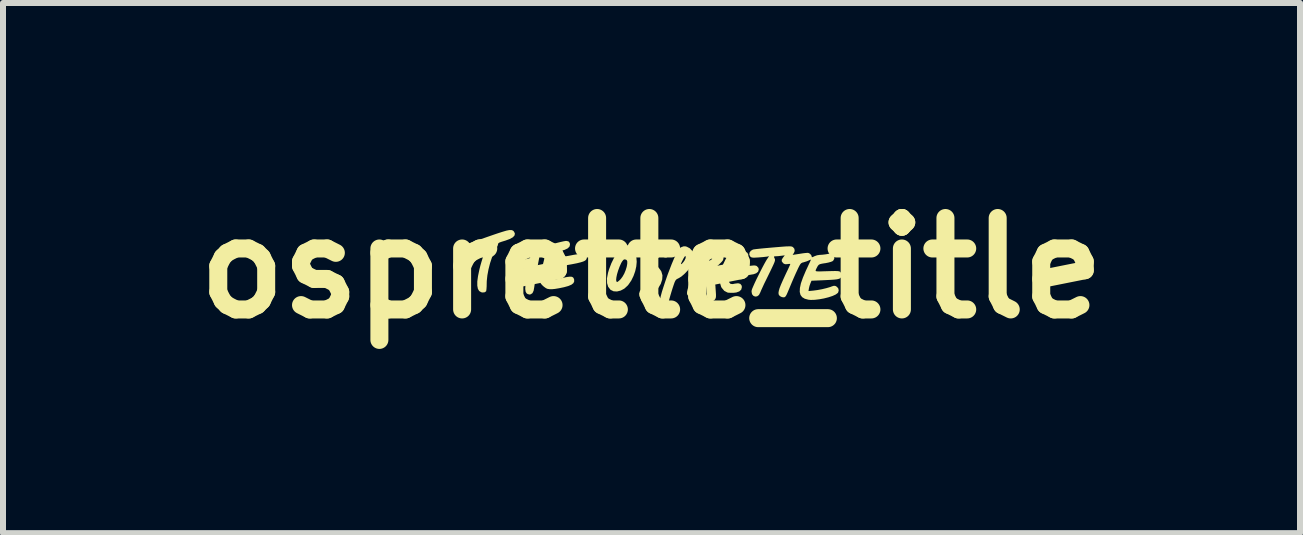
<source format=kicad_pcb>
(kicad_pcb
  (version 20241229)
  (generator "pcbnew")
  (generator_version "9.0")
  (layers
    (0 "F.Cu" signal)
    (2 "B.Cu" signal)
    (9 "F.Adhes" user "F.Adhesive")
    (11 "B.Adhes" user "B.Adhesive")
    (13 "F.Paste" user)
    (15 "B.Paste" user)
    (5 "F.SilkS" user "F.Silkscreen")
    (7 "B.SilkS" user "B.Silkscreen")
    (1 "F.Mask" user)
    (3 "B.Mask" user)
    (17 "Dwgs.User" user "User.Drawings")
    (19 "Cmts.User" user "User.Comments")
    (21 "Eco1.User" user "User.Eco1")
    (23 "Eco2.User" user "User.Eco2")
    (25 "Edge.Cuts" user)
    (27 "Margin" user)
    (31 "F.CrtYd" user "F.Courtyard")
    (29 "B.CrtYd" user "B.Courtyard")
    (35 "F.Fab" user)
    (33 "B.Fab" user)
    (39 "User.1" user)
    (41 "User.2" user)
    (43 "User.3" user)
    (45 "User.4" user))
  (footprint "osprette_title"
    (layer "F.Cu")
    (at 7.809 1.418)
    (property "Reference" "osprette_title" (at 0 0 0) (layer "F.SilkS") (effects (font (size 1.524 1.524) (thickness 0.3))))
    (attr board_only exclude_from_pos_files exclude_from_bom)
    (fp_poly (pts (xy -0.349 -0.373) (xy -0.325 -0.353) (xy -0.318 -0.317) (xy -0.311 -0.286) (xy -0.298 -0.268) (xy -0.268 -0.228) (xy -0.252 -0.172) (xy -0.247 -0.104) (xy -0.254 -0.028) (xy -0.272 0.052) (xy -0.3 0.131) (xy -0.337 0.207) (xy -0.383 0.274) (xy -0.399 0.293) (xy -0.454 0.343) (xy -0.514 0.375) (xy -0.575 0.39) (xy -0.632 0.387) (xy -0.68 0.364) (xy -0.684 0.361) (xy -0.722 0.313) (xy -0.741 0.251) (xy -0.742 0.197) (xy -0.59 0.197) (xy -0.585 0.224) (xy -0.573 0.233) (xy -0.558 0.224) (xy -0.533 0.203) (xy -0.512 0.182) (xy -0.482 0.141) (xy -0.454 0.091) (xy -0.431 0.035) (xy -0.414 -0.02) (xy -0.405 -0.07) (xy -0.404 -0.109) (xy -0.414 -0.133) (xy -0.417 -0.136) (xy -0.445 -0.146) (xy -0.468 -0.138) (xy -0.491 -0.109) (xy -0.506 -0.083) (xy -0.534 -0.02) (xy -0.557 0.043) (xy -0.575 0.103) (xy -0.586 0.156) (xy -0.59 0.197) (xy -0.742 0.197) (xy -0.743 0.172) (xy -0.725 0.078) (xy -0.709 0.024) (xy -0.67 -0.079) (xy -0.625 -0.171) (xy -0.575 -0.249) (xy -0.522 -0.311) (xy -0.469 -0.354) (xy -0.416 -0.377) (xy -0.391 -0.379)) (stroke (width 0) (type solid)) (fill yes) (layer "F.SilkS"))
    (fp_poly (pts (xy 0.281 -0.37) (xy 0.313 -0.345) (xy 0.328 -0.307) (xy 0.323 -0.261) (xy 0.306 -0.224) (xy 0.276 -0.19) (xy 0.242 -0.175) (xy 0.208 -0.181) (xy 0.196 -0.19) (xy 0.179 -0.202) (xy 0.164 -0.203) (xy 0.14 -0.19) (xy 0.132 -0.186) (xy 0.096 -0.16) (xy 0.063 -0.131) (xy 0.062 -0.129) (xy 0.032 -0.097) (xy 0.088 -0.04) (xy 0.121 -0.003) (xy 0.149 0.034) (xy 0.164 0.058) (xy 0.182 0.12) (xy 0.178 0.189) (xy 0.154 0.263) (xy 0.109 0.338) (xy 0.07 0.386) (xy 0.007 0.449) (xy -0.051 0.493) (xy -0.103 0.517) (xy -0.147 0.521) (xy -0.181 0.504) (xy -0.182 0.503) (xy -0.203 0.468) (xy -0.207 0.426) (xy -0.195 0.386) (xy -0.172 0.352) (xy -0.138 0.333) (xy -0.119 0.331) (xy -0.088 0.32) (xy -0.053 0.292) (xy -0.021 0.253) (xy 0.006 0.209) (xy 0.022 0.165) (xy 0.024 0.145) (xy 0.02 0.118) (xy 0.006 0.091) (xy -0.024 0.056) (xy -0.038 0.042) (xy -0.084 -0.016) (xy -0.108 -0.072) (xy -0.108 -0.128) (xy -0.098 -0.159) (xy -0.071 -0.202) (xy -0.026 -0.247) (xy 0.03 -0.291) (xy 0.092 -0.33) (xy 0.153 -0.36) (xy 0.208 -0.377) (xy 0.232 -0.379)) (stroke (width 0) (type solid)) (fill yes) (layer "F.SilkS"))
    (fp_poly (pts (xy 0.588 -0.356) (xy 0.639 -0.329) (xy 0.68 -0.285) (xy 0.707 -0.23) (xy 0.717 -0.17) (xy 0.712 -0.129) (xy 0.69 -0.079) (xy 0.653 -0.021) (xy 0.605 0.038) (xy 0.552 0.094) (xy 0.499 0.14) (xy 0.451 0.169) (xy 0.448 0.171) (xy 0.427 0.181) (xy 0.411 0.192) (xy 0.398 0.209) (xy 0.385 0.236) (xy 0.37 0.278) (xy 0.352 0.332) (xy 0.332 0.396) (xy 0.313 0.46) (xy 0.297 0.516) (xy 0.289 0.548) (xy 0.277 0.592) (xy 0.265 0.626) (xy 0.256 0.643) (xy 0.23 0.658) (xy 0.195 0.659) (xy 0.163 0.646) (xy 0.155 0.639) (xy 0.141 0.61) (xy 0.135 0.57) (xy 0.135 0.568) (xy 0.14 0.529) (xy 0.153 0.47) (xy 0.173 0.396) (xy 0.2 0.311) (xy 0.231 0.217) (xy 0.265 0.119) (xy 0.303 0.019) (xy 0.337 -0.069) (xy 0.49 -0.069) (xy 0.496 -0.065) (xy 0.511 -0.077) (xy 0.531 -0.1) (xy 0.552 -0.13) (xy 0.568 -0.165) (xy 0.57 -0.192) (xy 0.569 -0.193) (xy 0.562 -0.2) (xy 0.551 -0.19) (xy 0.533 -0.161) (xy 0.526 -0.147) (xy 0.507 -0.11) (xy 0.494 -0.081) (xy 0.49 -0.069) (xy 0.337 -0.069) (xy 0.341 -0.078) (xy 0.379 -0.169) (xy 0.409 -0.234) (xy 0.433 -0.283) (xy 0.454 -0.316) (xy 0.475 -0.336) (xy 0.497 -0.349) (xy 0.533 -0.362) (xy 0.565 -0.362)) (stroke (width 0) (type solid)) (fill yes) (layer "F.SilkS"))
    (fp_poly (pts (xy -2.31 -0.625) (xy -2.297 -0.614) (xy -2.278 -0.58) (xy -2.282 -0.546) (xy -2.31 -0.514) (xy -2.362 -0.485) (xy -2.435 -0.458) (xy -2.452 -0.453) (xy -2.504 -0.437) (xy -2.536 -0.425) (xy -2.552 -0.414) (xy -2.558 -0.402) (xy -2.558 -0.398) (xy -2.565 -0.372) (xy -2.582 -0.339) (xy -2.587 -0.33) (xy -2.624 -0.263) (xy -2.659 -0.179) (xy -2.691 -0.082) (xy -2.717 0.02) (xy -2.736 0.122) (xy -2.746 0.216) (xy -2.747 0.251) (xy -2.748 0.304) (xy -2.751 0.349) (xy -2.755 0.379) (xy -2.757 0.387) (xy -2.782 0.404) (xy -2.819 0.407) (xy -2.84 0.402) (xy -2.873 0.382) (xy -2.894 0.346) (xy -2.904 0.293) (xy -2.904 0.223) (xy -2.892 0.134) (xy -2.869 0.024) (xy -2.852 -0.043) (xy -2.833 -0.109) (xy -2.812 -0.177) (xy -2.791 -0.238) (xy -2.78 -0.266) (xy -2.764 -0.308) (xy -2.754 -0.339) (xy -2.751 -0.354) (xy -2.752 -0.355) (xy -2.766 -0.351) (xy -2.799 -0.34) (xy -2.847 -0.324) (xy -2.906 -0.304) (xy -2.956 -0.287) (xy -3.039 -0.259) (xy -3.102 -0.241) (xy -3.149 -0.23) (xy -3.182 -0.228) (xy -3.205 -0.235) (xy -3.221 -0.249) (xy -3.23 -0.264) (xy -3.236 -0.303) (xy -3.219 -0.337) (xy -3.196 -0.354) (xy -3.177 -0.362) (xy -3.139 -0.377) (xy -3.085 -0.396) (xy -3.019 -0.42) (xy -2.943 -0.447) (xy -2.863 -0.476) (xy -2.781 -0.504) (xy -2.701 -0.532) (xy -2.626 -0.558) (xy -2.561 -0.58) (xy -2.508 -0.597) (xy -2.486 -0.604) (xy -2.419 -0.624) (xy -2.369 -0.634) (xy -2.335 -0.634)) (stroke (width 0) (type solid)) (fill yes) (layer "F.SilkS"))
    (fp_poly (pts (xy 1.569 -0.27) (xy 1.598 -0.253) (xy 1.612 -0.224) (xy 1.614 -0.216) (xy 1.609 -0.178) (xy 1.586 -0.151) (xy 1.541 -0.134) (xy 1.507 -0.129) (xy 1.439 -0.117) (xy 1.391 -0.097) (xy 1.357 -0.068) (xy 1.341 -0.044) (xy 1.328 -0.016) (xy 1.323 0.003) (xy 1.323 0.005) (xy 1.336 0.005) (xy 1.37 0.001) (xy 1.419 -0.005) (xy 1.48 -0.013) (xy 1.528 -0.02) (xy 1.602 -0.032) (xy 1.657 -0.039) (xy 1.695 -0.043) (xy 1.721 -0.043) (xy 1.738 -0.04) (xy 1.752 -0.035) (xy 1.757 -0.031) (xy 1.782 -0.003) (xy 1.787 0.024) (xy 1.776 0.061) (xy 1.743 0.087) (xy 1.699 0.103) (xy 1.678 0.106) (xy 1.638 0.113) (xy 1.586 0.12) (xy 1.526 0.129) (xy 1.463 0.138) (xy 1.403 0.146) (xy 1.352 0.152) (xy 1.314 0.157) (xy 1.294 0.159) (xy 1.294 0.159) (xy 1.288 0.17) (xy 1.287 0.196) (xy 1.288 0.204) (xy 1.297 0.243) (xy 1.317 0.263) (xy 1.353 0.267) (xy 1.39 0.259) (xy 1.443 0.253) (xy 1.48 0.263) (xy 1.501 0.29) (xy 1.506 0.316) (xy 1.495 0.359) (xy 1.463 0.389) (xy 1.412 0.407) (xy 1.368 0.412) (xy 1.323 0.412) (xy 1.286 0.411) (xy 1.267 0.408) (xy 1.213 0.38) (xy 1.171 0.331) (xy 1.161 0.314) (xy 1.144 0.258) (xy 1.139 0.187) (xy 1.147 0.106) (xy 1.166 0.021) (xy 1.194 -0.064) (xy 1.232 -0.143) (xy 1.248 -0.171) (xy 1.27 -0.202) (xy 1.293 -0.225) (xy 1.322 -0.241) (xy 1.362 -0.253) (xy 1.419 -0.263) (xy 1.454 -0.269) (xy 1.522 -0.275)) (stroke (width 0) (type solid)) (fill yes) (layer "F.SilkS"))
    (fp_poly (pts (xy -2.2 -0.391) (xy -2.186 -0.376) (xy -2.177 -0.36) (xy -2.174 -0.341) (xy -2.175 -0.313) (xy -2.182 -0.269) (xy -2.187 -0.241) (xy -2.195 -0.193) (xy -2.2 -0.154) (xy -2.201 -0.131) (xy -2.2 -0.127) (xy -2.186 -0.127) (xy -2.155 -0.133) (xy -2.113 -0.143) (xy -2.11 -0.144) (xy -2.026 -0.167) (xy -2.004 -0.258) (xy -1.99 -0.305) (xy -1.976 -0.344) (xy -1.963 -0.369) (xy -1.962 -0.37) (xy -1.931 -0.388) (xy -1.893 -0.389) (xy -1.859 -0.372) (xy -1.854 -0.367) (xy -1.841 -0.347) (xy -1.839 -0.324) (xy -1.846 -0.297) (xy -1.853 -0.266) (xy -1.864 -0.216) (xy -1.876 -0.151) (xy -1.89 -0.076) (xy -1.905 0.005) (xy -1.919 0.086) (xy -1.932 0.162) (xy -1.942 0.23) (xy -1.95 0.285) (xy -1.954 0.314) (xy -1.965 0.376) (xy -1.984 0.417) (xy -2.013 0.437) (xy -2.036 0.441) (xy -2.067 0.432) (xy -2.085 0.418) (xy -2.099 0.391) (xy -2.105 0.347) (xy -2.102 0.285) (xy -2.091 0.203) (xy -2.08 0.143) (xy -2.071 0.089) (xy -2.064 0.044) (xy -2.06 0.014) (xy -2.061 0.004) (xy -2.075 0.003) (xy -2.105 0.007) (xy -2.143 0.014) (xy -2.182 0.022) (xy -2.213 0.03) (xy -2.226 0.036) (xy -2.235 0.051) (xy -2.245 0.085) (xy -2.255 0.131) (xy -2.26 0.16) (xy -2.27 0.214) (xy -2.282 0.261) (xy -2.292 0.294) (xy -2.297 0.303) (xy -2.323 0.325) (xy -2.358 0.33) (xy -2.392 0.318) (xy -2.403 0.308) (xy -2.416 0.287) (xy -2.422 0.258) (xy -2.421 0.216) (xy -2.412 0.158) (xy -2.399 0.095) (xy -2.387 0.037) (xy -2.373 -0.036) (xy -2.358 -0.113) (xy -2.345 -0.182) (xy -2.332 -0.245) (xy -2.319 -0.301) (xy -2.307 -0.345) (xy -2.297 -0.372) (xy -2.295 -0.375) (xy -2.267 -0.399) (xy -2.233 -0.404)) (stroke (width 0) (type solid)) (fill yes) (layer "F.SilkS"))
    (fp_poly (pts (xy 1.119 -0.301) (xy 1.161 -0.275) (xy 1.189 -0.235) (xy 1.2 -0.183) (xy 1.2 -0.183) (xy 1.198 -0.154) (xy 1.19 -0.13) (xy 1.171 -0.106) (xy 1.139 -0.073) (xy 1.134 -0.069) (xy 1.098 -0.035) (xy 1.065 -0.006) (xy 1.043 0.012) (xy 1.043 0.012) (xy 1.027 0.024) (xy 1.022 0.038) (xy 1.025 0.06) (xy 1.035 0.092) (xy 1.043 0.127) (xy 1.051 0.18) (xy 1.059 0.244) (xy 1.066 0.312) (xy 1.066 0.323) (xy 1.071 0.391) (xy 1.074 0.44) (xy 1.074 0.472) (xy 1.071 0.495) (xy 1.065 0.51) (xy 1.056 0.525) (xy 1.056 0.525) (xy 1.026 0.55) (xy 0.992 0.561) (xy 0.961 0.555) (xy 0.96 0.554) (xy 0.944 0.537) (xy 0.932 0.51) (xy 0.923 0.468) (xy 0.916 0.409) (xy 0.913 0.361) (xy 0.908 0.298) (xy 0.902 0.237) (xy 0.896 0.186) (xy 0.892 0.162) (xy 0.881 0.12) (xy 0.87 0.094) (xy 0.859 0.089) (xy 0.852 0.1) (xy 0.834 0.151) (xy 0.813 0.21) (xy 0.789 0.272) (xy 0.765 0.331) (xy 0.743 0.385) (xy 0.724 0.426) (xy 0.711 0.451) (xy 0.707 0.455) (xy 0.674 0.474) (xy 0.636 0.474) (xy 0.606 0.457) (xy 0.595 0.442) (xy 0.591 0.421) (xy 0.593 0.392) (xy 0.602 0.352) (xy 0.619 0.297) (xy 0.645 0.226) (xy 0.678 0.141) (xy 0.718 0.039) (xy 0.751 -0.042) (xy 0.779 -0.106) (xy 0.789 -0.128) (xy 0.959 -0.128) (xy 0.961 -0.123) (xy 0.979 -0.13) (xy 0.997 -0.141) (xy 1.01 -0.154) (xy 1.008 -0.159) (xy 0.99 -0.152) (xy 0.972 -0.141) (xy 0.959 -0.128) (xy 0.789 -0.128) (xy 0.802 -0.155) (xy 0.823 -0.191) (xy 0.842 -0.219) (xy 0.861 -0.239) (xy 0.881 -0.255) (xy 0.943 -0.291) (xy 1.006 -0.31) (xy 1.066 -0.313)) (stroke (width 0) (type solid)) (fill yes) (layer "F.SilkS"))
    (fp_poly (pts (xy -1.384 -0.445) (xy -1.363 -0.419) (xy -1.359 -0.39) (xy -1.368 -0.357) (xy -1.398 -0.328) (xy -1.448 -0.304) (xy -1.506 -0.288) (xy -1.566 -0.269) (xy -1.604 -0.246) (xy -1.624 -0.217) (xy -1.628 -0.187) (xy -1.624 -0.168) (xy -1.608 -0.164) (xy -1.594 -0.166) (xy -1.57 -0.17) (xy -1.528 -0.178) (xy -1.472 -0.188) (xy -1.408 -0.2) (xy -1.389 -0.203) (xy -1.295 -0.221) (xy -1.221 -0.233) (xy -1.167 -0.24) (xy -1.128 -0.241) (xy -1.102 -0.237) (xy -1.087 -0.228) (xy -1.079 -0.212) (xy -1.077 -0.191) (xy -1.077 -0.184) (xy -1.08 -0.161) (xy -1.089 -0.141) (xy -1.108 -0.124) (xy -1.139 -0.109) (xy -1.184 -0.095) (xy -1.246 -0.08) (xy -1.327 -0.064) (xy -1.429 -0.046) (xy -1.444 -0.044) (xy -1.671 -0.006) (xy -1.693 0.078) (xy -1.703 0.122) (xy -1.709 0.158) (xy -1.709 0.178) (xy -1.709 0.179) (xy -1.693 0.191) (xy -1.659 0.195) (xy -1.605 0.19) (xy -1.53 0.176) (xy -1.48 0.164) (xy -1.411 0.149) (xy -1.361 0.143) (xy -1.328 0.145) (xy -1.307 0.156) (xy -1.294 0.178) (xy -1.29 0.19) (xy -1.289 0.224) (xy -1.303 0.252) (xy -1.335 0.277) (xy -1.387 0.299) (xy -1.459 0.319) (xy -1.541 0.336) (xy -1.607 0.347) (xy -1.656 0.352) (xy -1.697 0.352) (xy -1.736 0.346) (xy -1.76 0.335) (xy -1.792 0.312) (xy -1.812 0.295) (xy -1.841 0.264) (xy -1.856 0.239) (xy -1.86 0.208) (xy -1.861 0.194) (xy -1.858 0.163) (xy -1.849 0.115) (xy -1.837 0.053) (xy -1.821 -0.015) (xy -1.812 -0.054) (xy -1.793 -0.131) (xy -1.78 -0.189) (xy -1.774 -0.229) (xy -1.772 -0.255) (xy -1.776 -0.271) (xy -1.776 -0.272) (xy -1.784 -0.307) (xy -1.775 -0.343) (xy -1.752 -0.367) (xy -1.726 -0.377) (xy -1.684 -0.39) (xy -1.63 -0.405) (xy -1.572 -0.421) (xy -1.515 -0.435) (xy -1.467 -0.446) (xy -1.432 -0.452) (xy -1.422 -0.453)) (stroke (width 0) (type solid)) (fill yes) (layer "F.SilkS"))
    (fp_poly (pts (xy 2.313 -0.362) (xy 2.333 -0.36) (xy 2.347 -0.355) (xy 2.357 -0.35) (xy 2.381 -0.321) (xy 2.386 -0.284) (xy 2.371 -0.248) (xy 2.366 -0.242) (xy 2.353 -0.226) (xy 2.357 -0.221) (xy 2.38 -0.224) (xy 2.387 -0.225) (xy 2.465 -0.237) (xy 2.522 -0.246) (xy 2.563 -0.251) (xy 2.591 -0.253) (xy 2.609 -0.253) (xy 2.622 -0.249) (xy 2.633 -0.243) (xy 2.638 -0.24) (xy 2.66 -0.218) (xy 2.669 -0.197) (xy 2.67 -0.183) (xy 2.678 -0.181) (xy 2.699 -0.189) (xy 2.714 -0.197) (xy 2.758 -0.213) (xy 2.804 -0.22) (xy 2.81 -0.22) (xy 2.852 -0.223) (xy 2.902 -0.229) (xy 2.93 -0.234) (xy 2.971 -0.241) (xy 2.996 -0.242) (xy 3.013 -0.235) (xy 3.024 -0.226) (xy 3.045 -0.193) (xy 3.046 -0.156) (xy 3.028 -0.124) (xy 3.017 -0.115) (xy 2.991 -0.104) (xy 2.948 -0.092) (xy 2.898 -0.082) (xy 2.888 -0.081) (xy 2.839 -0.073) (xy 2.807 -0.065) (xy 2.787 -0.054) (xy 2.773 -0.038) (xy 2.768 -0.03) (xy 2.75 0.004) (xy 2.737 0.032) (xy 2.737 0.033) (xy 2.735 0.043) (xy 2.737 0.049) (xy 2.747 0.053) (xy 2.768 0.055) (xy 2.804 0.056) (xy 2.858 0.054) (xy 2.929 0.052) (xy 3.004 0.05) (xy 3.059 0.049) (xy 3.097 0.05) (xy 3.122 0.053) (xy 3.138 0.058) (xy 3.148 0.065) (xy 3.149 0.066) (xy 3.167 0.099) (xy 3.167 0.136) (xy 3.152 0.163) (xy 3.139 0.173) (xy 3.12 0.18) (xy 3.091 0.187) (xy 3.049 0.192) (xy 2.991 0.196) (xy 2.914 0.2) (xy 2.854 0.203) (xy 2.666 0.211) (xy 2.648 0.255) (xy 2.633 0.297) (xy 2.623 0.339) (xy 2.623 0.341) (xy 2.616 0.383) (xy 2.7 0.375) (xy 2.767 0.366) (xy 2.842 0.352) (xy 2.916 0.334) (xy 2.981 0.315) (xy 3.009 0.304) (xy 3.04 0.295) (xy 3.065 0.298) (xy 3.082 0.307) (xy 3.11 0.334) (xy 3.12 0.37) (xy 3.111 0.405) (xy 3.103 0.416) (xy 3.069 0.441) (xy 3.016 0.465) (xy 2.949 0.487) (xy 2.874 0.506) (xy 2.797 0.52) (xy 2.721 0.529) (xy 2.654 0.531) (xy 2.613 0.527) (xy 2.554 0.511) (xy 2.511 0.485) (xy 2.483 0.448) (xy 2.47 0.397) (xy 2.473 0.333) (xy 2.49 0.253) (xy 2.524 0.157) (xy 2.572 0.044) (xy 2.597 -0.009) (xy 2.62 -0.059) (xy 2.64 -0.101) (xy 2.652 -0.129) (xy 2.656 -0.14) (xy 2.647 -0.139) (xy 2.624 -0.129) (xy 2.623 -0.128) (xy 2.588 -0.113) (xy 2.546 -0.1) (xy 2.537 -0.097) (xy 2.513 -0.091) (xy 2.495 -0.081) (xy 2.48 -0.065) (xy 2.463 -0.036) (xy 2.441 0.008) (xy 2.432 0.028) (xy 2.404 0.088) (xy 2.372 0.16) (xy 2.34 0.234) (xy 2.32 0.282) (xy 2.29 0.354) (xy 2.268 0.406) (xy 2.252 0.442) (xy 2.239 0.465) (xy 2.228 0.478) (xy 2.218 0.485) (xy 2.207 0.487) (xy 2.205 0.488) (xy 2.174 0.484) (xy 2.148 0.472) (xy 2.13 0.457) (xy 2.119 0.439) (xy 2.116 0.414) (xy 2.121 0.38) (xy 2.134 0.335) (xy 2.157 0.276) (xy 2.19 0.201) (xy 2.233 0.108) (xy 2.245 0.082) (xy 2.271 0.028) (xy 2.292 -0.018) (xy 2.307 -0.051) (xy 2.313 -0.067) (xy 2.314 -0.068) (xy 2.303 -0.07) (xy 2.276 -0.068) (xy 2.266 -0.066) (xy 2.23 -0.064) (xy 2.205 -0.073) (xy 2.192 -0.084) (xy 2.171 -0.112) (xy 2.17 -0.138) (xy 2.188 -0.17) (xy 2.194 -0.178) (xy 2.221 -0.212) (xy 2.154 -0.204) (xy 2.111 -0.199) (xy 2.075 -0.197) (xy 2.06 -0.196) (xy 2.043 -0.194) (xy 2.041 -0.184) (xy 2.051 -0.162) (xy 2.056 -0.149) (xy 2.058 -0.136) (xy 2.056 -0.119) (xy 2.048 -0.095) (xy 2.033 -0.06) (xy 2.011 -0.013) (xy 1.98 0.052) (xy 1.948 0.117) (xy 1.912 0.191) (xy 1.878 0.26) (xy 1.85 0.321) (xy 1.828 0.369) (xy 1.815 0.4) (xy 1.812 0.407) (xy 1.79 0.449) (xy 1.76 0.471) (xy 1.727 0.475) (xy 1.697 0.462) (xy 1.675 0.435) (xy 1.667 0.393) (xy 1.669 0.372) (xy 1.676 0.348) (xy 1.694 0.306) (xy 1.718 0.252) (xy 1.748 0.188) (xy 1.782 0.12) (xy 1.817 0.05) (xy 1.851 -0.016) (xy 1.882 -0.074) (xy 1.908 -0.12) (xy 1.923 -0.145) (xy 1.959 -0.198) (xy 1.925 -0.191) (xy 1.898 -0.188) (xy 1.854 -0.183) (xy 1.801 -0.179) (xy 1.78 -0.177) (xy 1.725 -0.174) (xy 1.689 -0.174) (xy 1.667 -0.178) (xy 1.652 -0.186) (xy 1.648 -0.189) (xy 1.63 -0.222) (xy 1.633 -0.257) (xy 1.655 -0.288) (xy 1.691 -0.309) (xy 1.709 -0.312) (xy 1.747 -0.317) (xy 1.802 -0.323) (xy 1.872 -0.33) (xy 1.951 -0.337) (xy 2.019 -0.343) (xy 2.114 -0.351) (xy 2.188 -0.357) (xy 2.244 -0.361) (xy 2.285 -0.362)) (stroke (width 0) (type solid)) (fill yes) (layer "F.SilkS")))
  (gr_rect
    (start -3 -3)
    (end 18.617 5.836)
    (stroke (width 0.1) (type default))
    (fill no)
    (layer "Edge.Cuts")))
</source>
